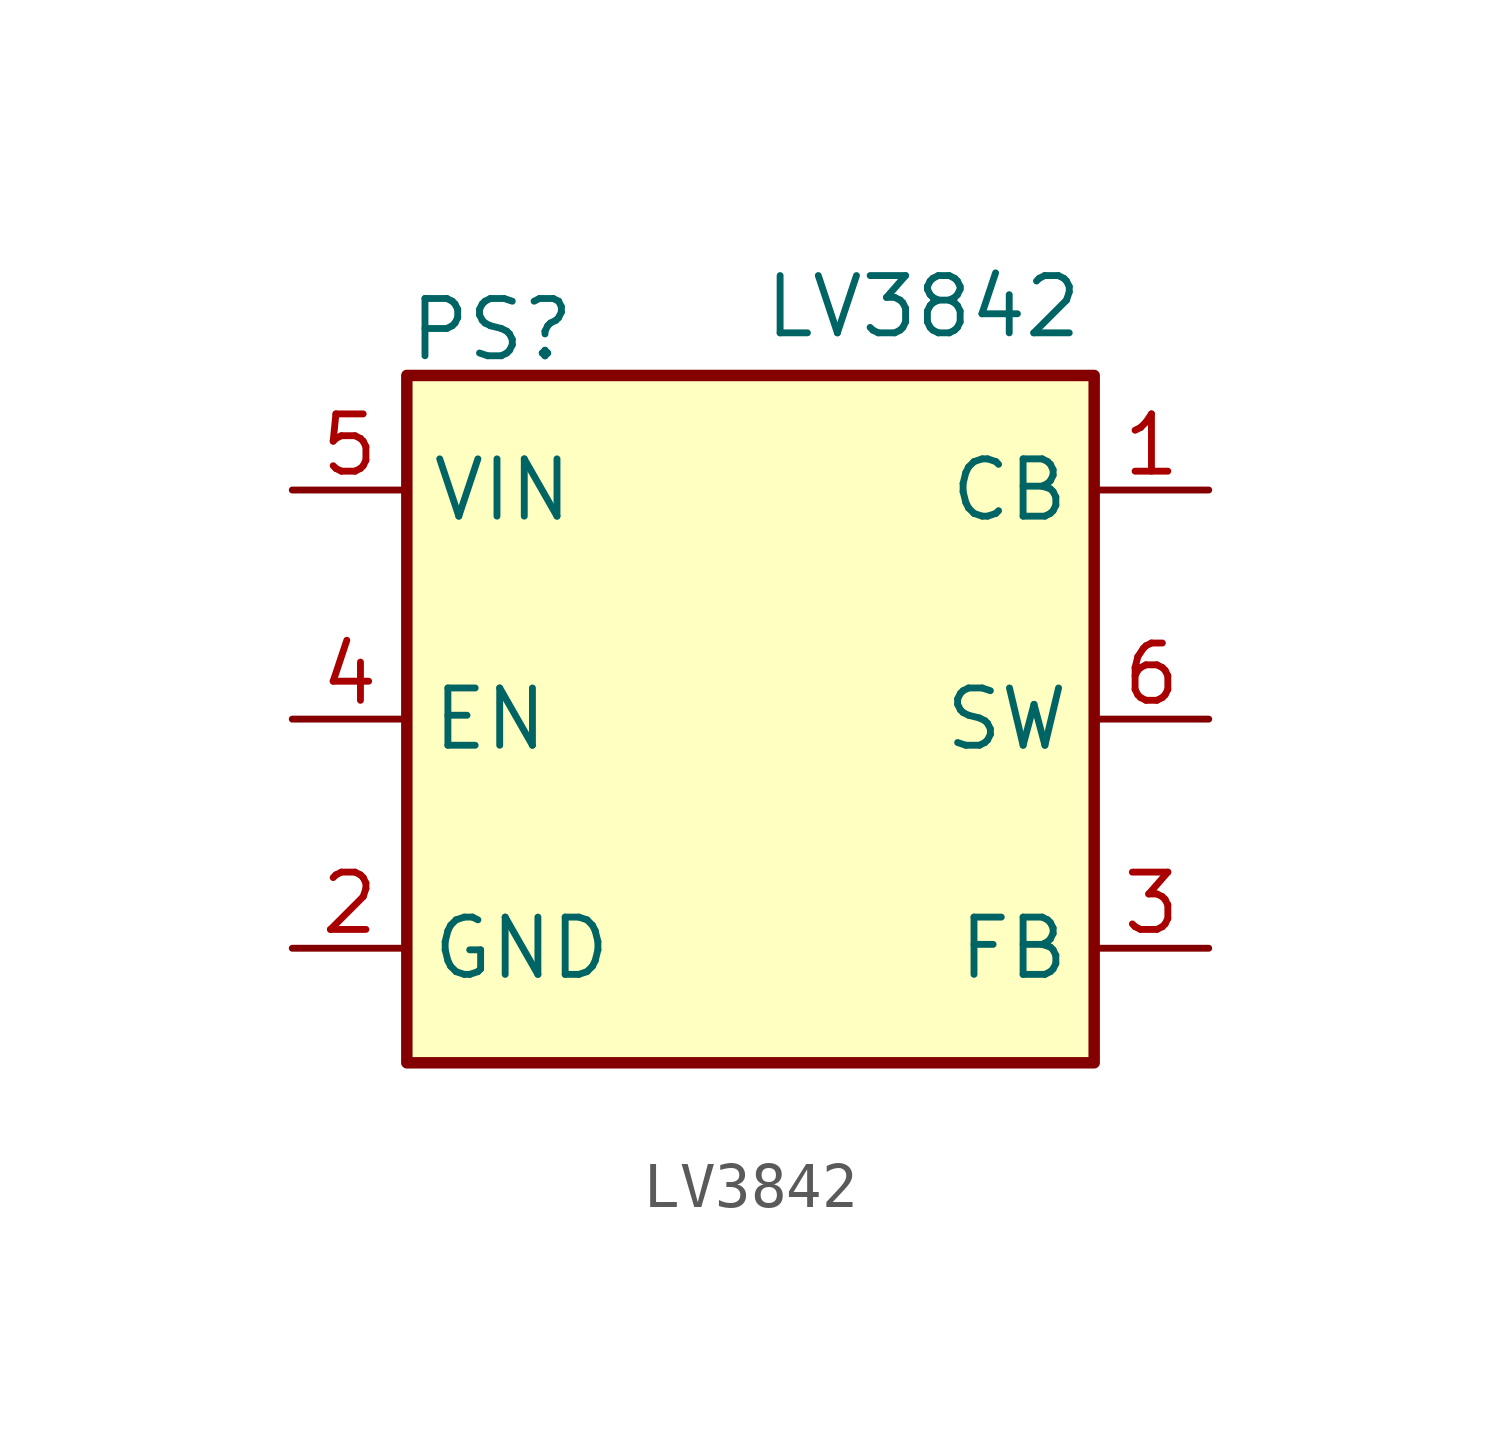
<source format=kicad_sym>
(kicad_symbol_lib
  (version 20231120)
  (generator "kicad_symbol_editor")
  (generator_version "8.0")
  (symbol "LV3842"
    (property "Reference" "PS"
      (at -7.62 8.636 0)
      (effects (font (size 1.27 1.27)) (justify left)))
    (property "Value" "LV3842"
      (at 0.254 9.144 0)
      (effects (font (size 1.27 1.27)) (justify left)))
    (symbol "LV3842_0_0"
      (pin input line (at -10.16 0 0) (length 2.54) (name "EN" (effects (font (size 1.27 1.27)))) (number "4" (effects (font (size 1.27 1.27)))))
      (pin input line (at -10.16 5.08 0) (length 2.54) (name "VIN" (effects (font (size 1.27 1.27)))) (number "5" (effects (font (size 1.27 1.27)))))
      (pin power_out line (at 10.16 0 180) (length 2.54) (name "SW" (effects (font (size 1.27 1.27)))) (number "6" (effects (font (size 1.27 1.27))))))
    (symbol "LV3842_0_1"
      (rectangle (start -7.62 7.62) (end 7.62 -7.62) (stroke (width 0.254) (type default)) (fill (type background))))
    (symbol "LV3842_1_0"
      (pin input line (at 10.16 5.08 180) (length 2.54) (name "CB" (effects (font (size 1.27 1.27)))) (number "1" (effects (font (size 1.27 1.27)))))
      (pin input line (at 10.16 -5.08 180) (length 2.54) (name "FB" (effects (font (size 1.27 1.27)))) (number "3" (effects (font (size 1.27 1.27))))))
    (symbol "LV3842_1_1"
      (pin power_in line (at -10.16 -5.08 0) (length 2.54) (name "GND" (effects (font (size 1.27 1.27)))) (number "2" (effects (font (size 1.27 1.27))))))))
</source>
